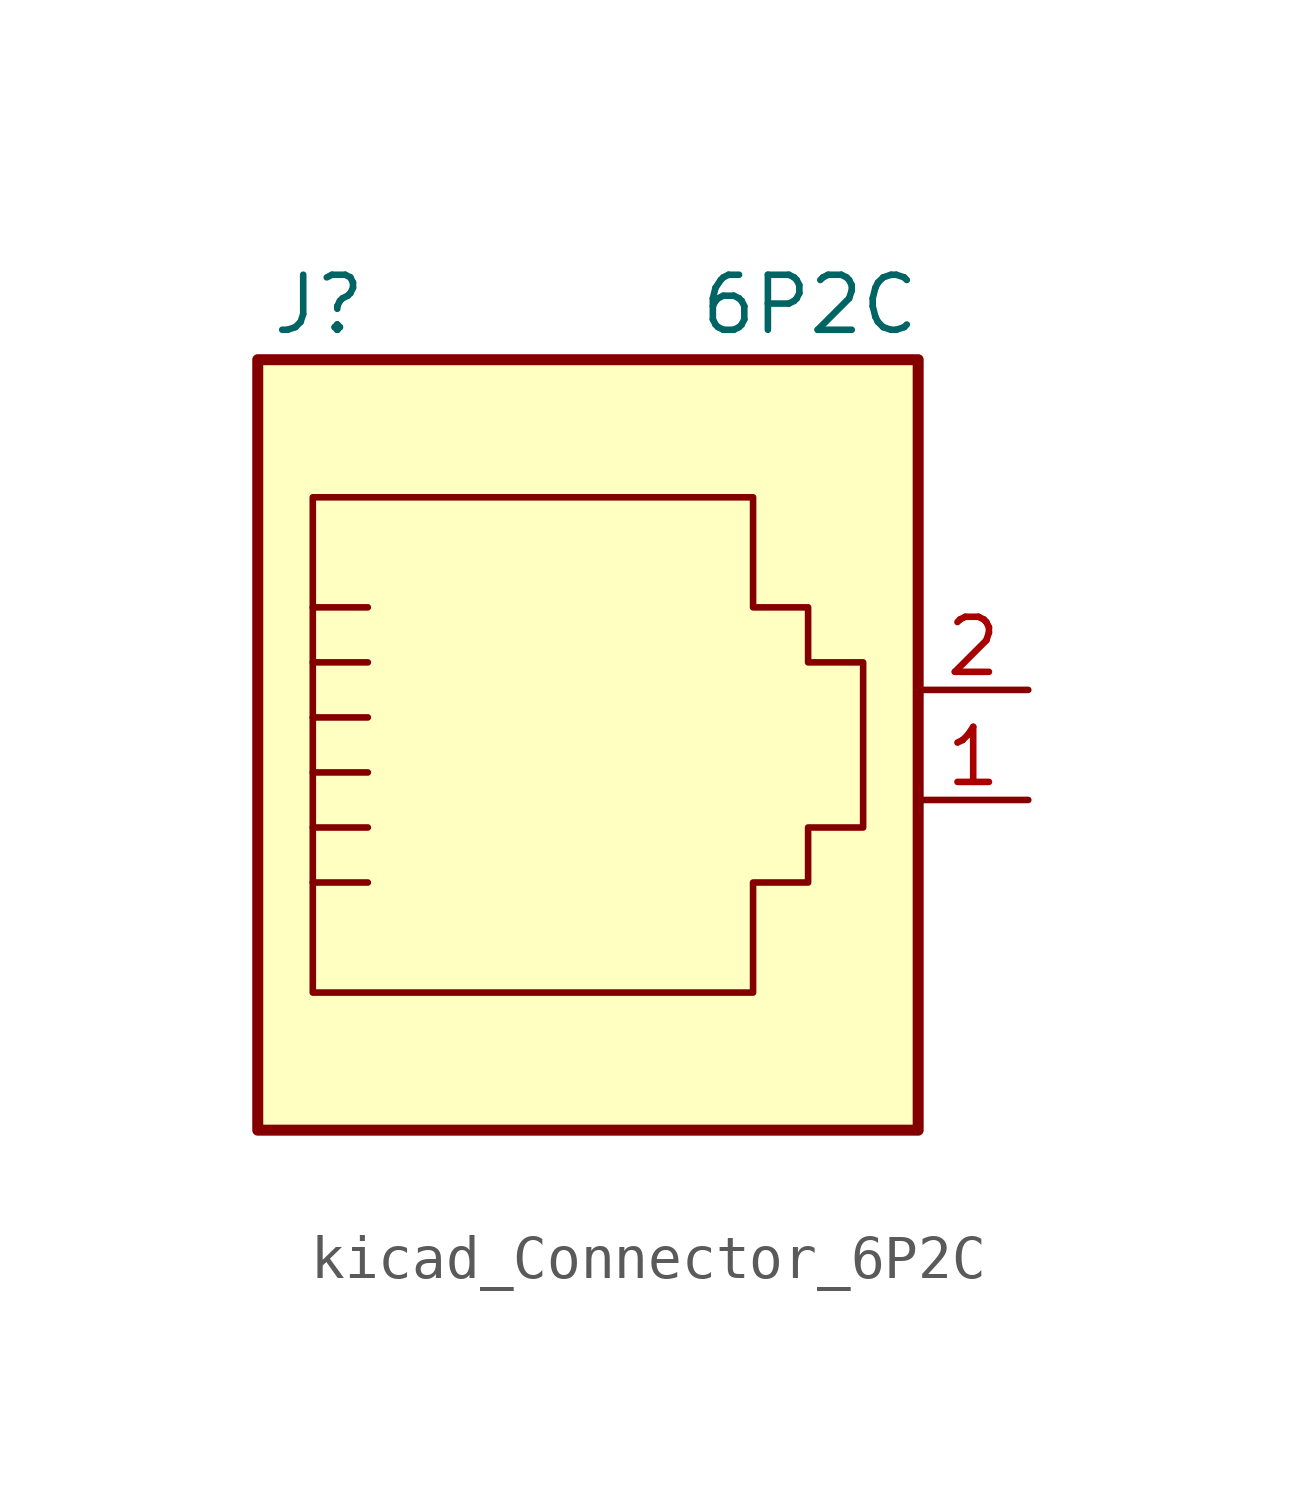
<source format=kicad_sym>
(kicad_symbol_lib
  (version 20220914)
  (generator kicad_symbol_editor)
  (symbol "kicad_Connector_6P2C"
    (pin_names
      (offset 1.016))
    (property "Reference" "J"
      (at -5.08 11.43 0)
      (effects (font (size 1.27 1.27)) (justify right)))
    (property "Value" "6P2C"
      (at 2.54 11.43 0)
      (effects (font (size 1.27 1.27)) (justify left)))
    (symbol "kicad_Connector_6P2C_0_1"
      (polyline (pts (xy -6.35 -1.905) (xy -5.08 -1.905) (xy -5.08 -1.905)) (stroke (width 0) (type default)) (fill (type none)))
      (polyline (pts (xy -6.35 -0.635) (xy -5.08 -0.635) (xy -5.08 -0.635)) (stroke (width 0) (type default)) (fill (type none)))
      (polyline (pts (xy -6.35 0.635) (xy -5.08 0.635) (xy -5.08 0.635)) (stroke (width 0) (type default)) (fill (type none)))
      (polyline (pts (xy -6.35 1.905) (xy -5.08 1.905) (xy -5.08 1.905)) (stroke (width 0) (type default)) (fill (type none)))
      (polyline (pts (xy -6.35 3.175) (xy -5.08 3.175) (xy -5.08 3.175)) (stroke (width 0) (type default)) (fill (type none)))
      (polyline (pts (xy -5.08 4.445) (xy -6.35 4.445) (xy -6.35 4.445)) (stroke (width 0) (type default)) (fill (type none)))
      (polyline (pts (xy -6.35 -4.445) (xy -6.35 6.985) (xy 3.81 6.985) (xy 3.81 4.445) (xy 5.08 4.445) (xy 5.08 3.175) (xy 6.35 3.175) (xy 6.35 -0.635) (xy 5.08 -0.635) (xy 5.08 -1.905) (xy 3.81 -1.905) (xy 3.81 -4.445) (xy -6.35 -4.445) (xy -6.35 -4.445)) (stroke (width 0) (type default)) (fill (type none)))
      (rectangle (start 7.62 10.16) (end -7.62 -7.62) (stroke (width 0.254) (type default)) (fill (type background))))
    (symbol "kicad_Connector_6P2C_1_1"
      (pin passive line (at 10.16 0 180) (length 2.54) (name "~" (effects (font (size 1.27 1.27)))) (number "1" (effects (font (size 1.27 1.27)))))
      (pin passive line (at 10.16 2.54 180) (length 2.54) (name "~" (effects (font (size 1.27 1.27)))) (number "2" (effects (font (size 1.27 1.27))))))))
</source>
